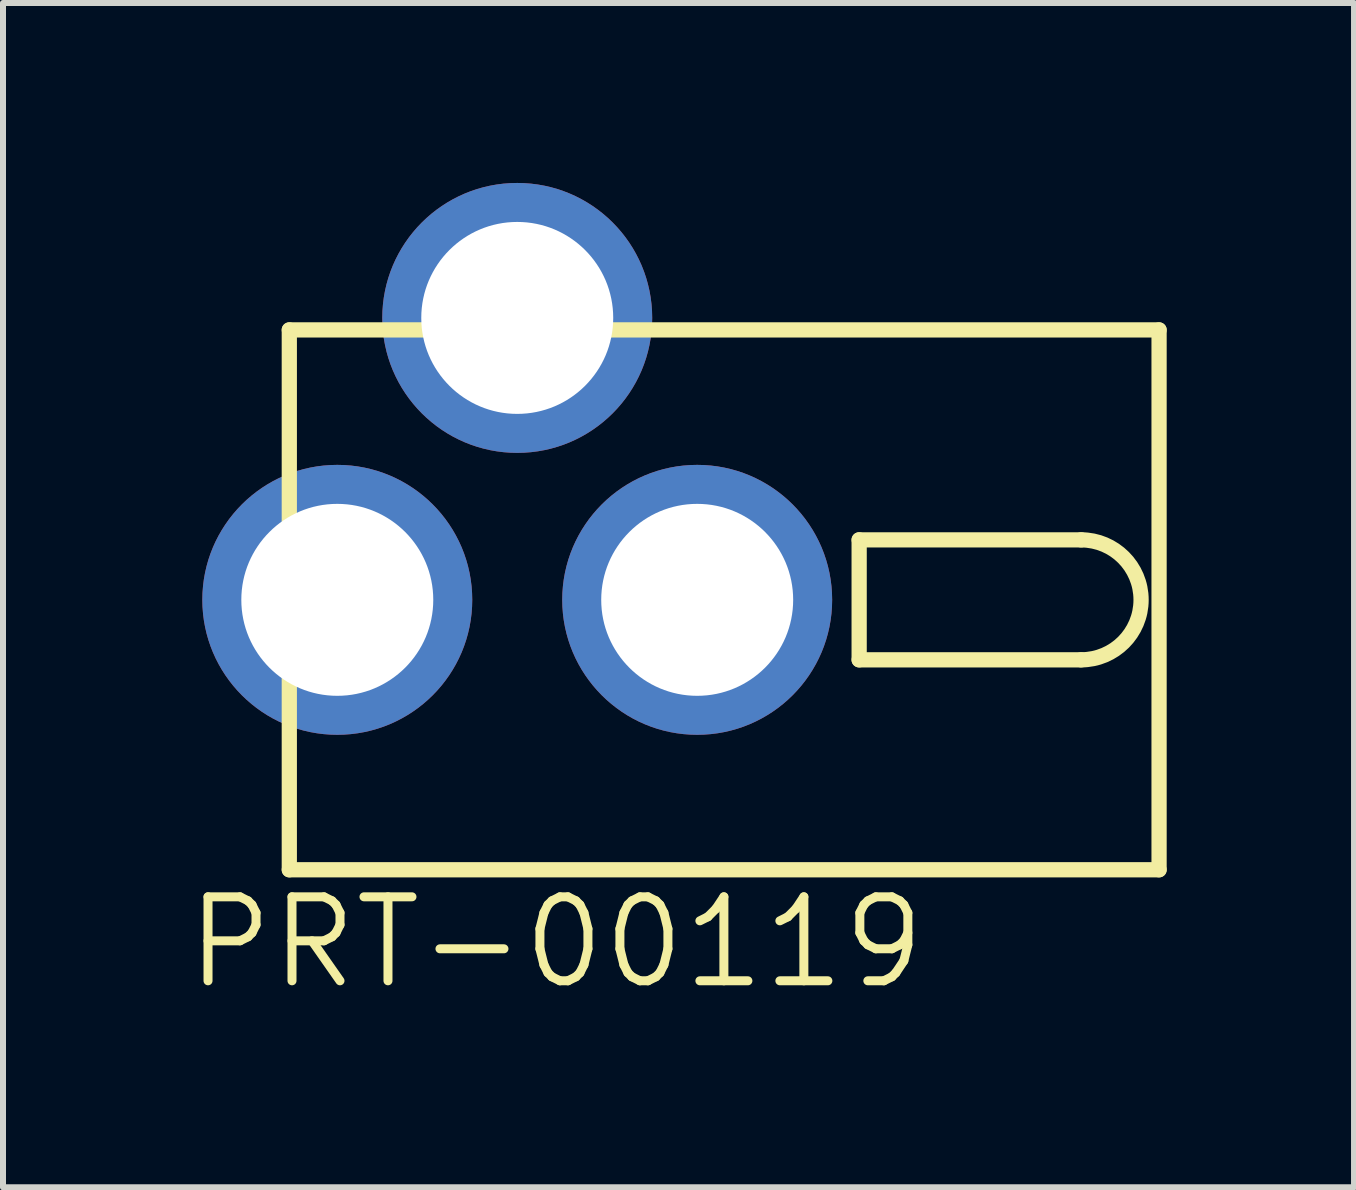
<source format=kicad_pcb>
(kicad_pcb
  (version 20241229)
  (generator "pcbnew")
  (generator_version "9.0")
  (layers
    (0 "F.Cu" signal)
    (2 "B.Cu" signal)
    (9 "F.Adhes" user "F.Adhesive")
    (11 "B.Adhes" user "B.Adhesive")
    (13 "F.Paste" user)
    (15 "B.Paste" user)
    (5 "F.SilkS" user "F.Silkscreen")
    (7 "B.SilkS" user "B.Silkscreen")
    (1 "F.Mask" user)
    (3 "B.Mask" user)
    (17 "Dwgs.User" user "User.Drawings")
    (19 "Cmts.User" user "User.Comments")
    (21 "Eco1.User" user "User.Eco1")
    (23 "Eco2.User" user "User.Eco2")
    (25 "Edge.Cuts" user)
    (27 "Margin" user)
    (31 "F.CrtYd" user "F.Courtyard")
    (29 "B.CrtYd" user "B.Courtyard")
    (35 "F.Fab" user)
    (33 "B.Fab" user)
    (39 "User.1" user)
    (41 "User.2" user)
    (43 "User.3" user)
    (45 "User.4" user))
  (footprint "PRT-00119"
    (layer "F.Cu")
    (at 16.273 6.95)
    (property "Reference" "PRT-00119" (at -10.055 5.711 0) (layer "F.SilkS") (effects (font (size 1.4 1.4) (thickness 0.15))))
    (attr through_hole)
    (fp_line (start -14.5 -4.5) (end -14.5 4.5) (stroke (width 0.254) (type solid)) (layer "F.SilkS"))
    (fp_line (start -14.5 4.5) (end 0 4.5) (stroke (width 0.254) (type solid)) (layer "F.SilkS"))
    (fp_line (start -5 -1) (end -5 1) (stroke (width 0.254) (type solid)) (layer "F.SilkS"))
    (fp_line (start -5 -1) (end -1.3 -1) (stroke (width 0.254) (type solid)) (layer "F.SilkS"))
    (fp_line (start -5 1) (end -1.3 1) (stroke (width 0.254) (type solid)) (layer "F.SilkS"))
    (fp_line (start 0 -4.5) (end -14.5 -4.5) (stroke (width 0.254) (type solid)) (layer "F.SilkS"))
    (fp_line (start 0 4.5) (end 0 -4.5) (stroke (width 0.254) (type solid)) (layer "F.SilkS"))
    (fp_arc (start -1.3 -1) (mid -0.3 0) (end -1.3 1) (stroke (width 0.254) (type solid)) (layer "F.SilkS"))
    (pad "1" thru_hole circle (at -13.7 0) (size 4.5 4.5) (drill 3.2) (layers "*.Cu" "*.Mask"))
    (pad "2" thru_hole circle (at -7.7 0) (size 4.5 4.5) (drill 3.2) (layers "*.Cu" "*.Mask"))
    (pad "3" thru_hole circle (at -10.7 -4.7) (size 4.5 4.5) (drill 3.2) (layers "*.Cu" "*.Mask")))
  (gr_rect
    (start -3 -3)
    (end 19.523 16.743)
    (stroke (width 0.1) (type default))
    (fill no)
    (layer "Edge.Cuts")))
</source>
